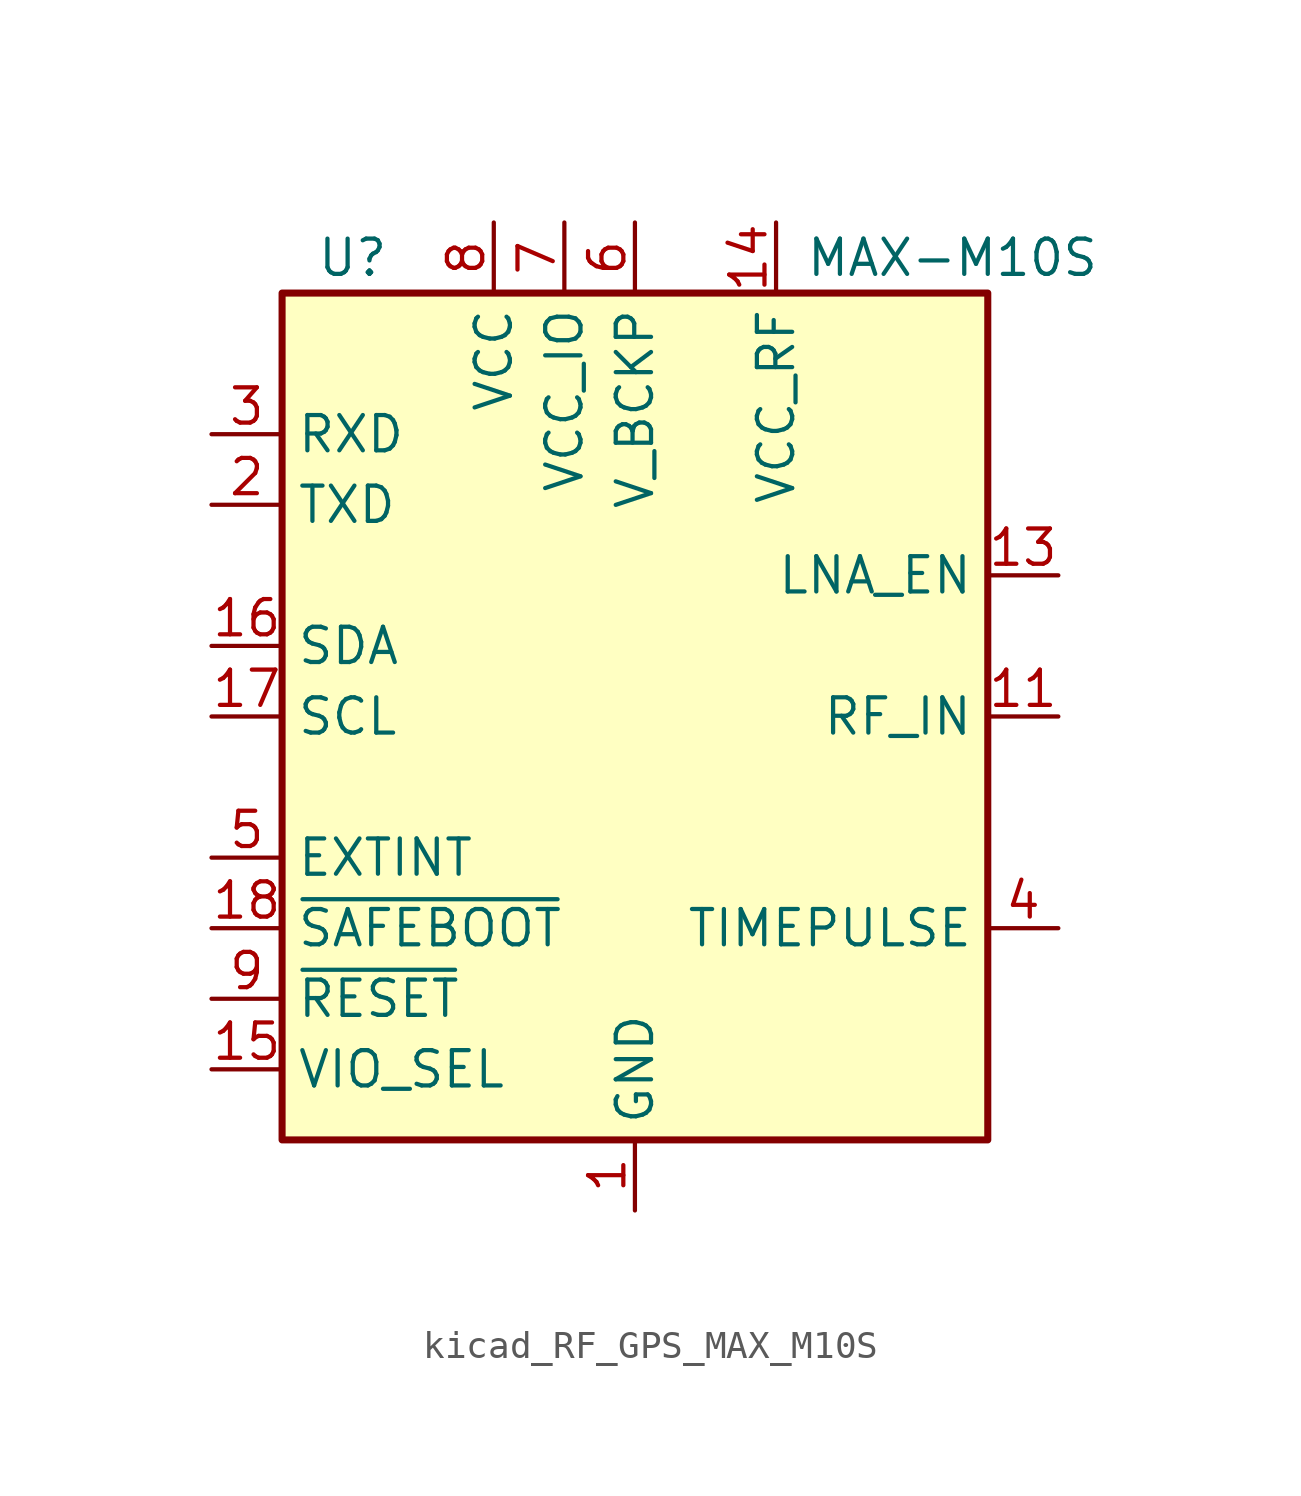
<source format=kicad_sym>
(kicad_symbol_lib
  (version 20220914)
  (generator kicad_symbol_editor)
  (symbol "kicad_RF_GPS_MAX_M10S"
    (property "Reference" "U"
      (at -10.16 16.51 0)
      (effects (font (size 1.27 1.27))))
    (property "Value" "MAX-M10S"
      (at 11.43 16.51 0)
      (effects (font (size 1.27 1.27))))
    (symbol "kicad_RF_GPS_MAX_M10S_0_1"
      (rectangle (start 12.7 15.24) (end -12.7 -15.24) (stroke (width 0.254) (type default)) (fill (type background))))
    (symbol "kicad_RF_GPS_MAX_M10S_1_1"
      (pin power_in line (at 0 -17.78 90) (length 2.54) (name "GND" (effects (font (size 1.27 1.27)))) (number "1" (effects (font (size 1.27 1.27)))))
      (pin passive line (at 0 -17.78 90) (length 2.54) hide (name "GND" (effects (font (size 1.27 1.27)))) (number "10" (effects (font (size 1.27 1.27)))))
      (pin input line (at 15.24 0 180) (length 2.54) (name "RF_IN" (effects (font (size 1.27 1.27)))) (number "11" (effects (font (size 1.27 1.27)))))
      (pin passive line (at 0 -17.78 90) (length 2.54) hide (name "GND" (effects (font (size 1.27 1.27)))) (number "12" (effects (font (size 1.27 1.27)))))
      (pin output line (at 15.24 5.08 180) (length 2.54) (name "LNA_EN" (effects (font (size 1.27 1.27)))) (number "13" (effects (font (size 1.27 1.27)))))
      (pin power_out line (at 5.08 17.78 270) (length 2.54) (name "VCC_RF" (effects (font (size 1.27 1.27)))) (number "14" (effects (font (size 1.27 1.27)))))
      (pin input line (at -15.24 -12.7 0) (length 2.54) (name "VIO_SEL" (effects (font (size 1.27 1.27)))) (number "15" (effects (font (size 1.27 1.27)))))
      (pin bidirectional line (at -15.24 2.54 0) (length 2.54) (name "SDA" (effects (font (size 1.27 1.27)))) (number "16" (effects (font (size 1.27 1.27)))))
      (pin input line (at -15.24 0 0) (length 2.54) (name "SCL" (effects (font (size 1.27 1.27)))) (number "17" (effects (font (size 1.27 1.27)))))
      (pin input line (at -15.24 -7.62 0) (length 2.54) (name "~{SAFEBOOT}" (effects (font (size 1.27 1.27)))) (number "18" (effects (font (size 1.27 1.27)))))
      (pin output line (at -15.24 7.62 0) (length 2.54) (name "TXD" (effects (font (size 1.27 1.27)))) (number "2" (effects (font (size 1.27 1.27)))))
      (pin input line (at -15.24 10.16 0) (length 2.54) (name "RXD" (effects (font (size 1.27 1.27)))) (number "3" (effects (font (size 1.27 1.27)))))
      (pin output line (at 15.24 -7.62 180) (length 2.54) (name "TIMEPULSE" (effects (font (size 1.27 1.27)))) (number "4" (effects (font (size 1.27 1.27)))))
      (pin input line (at -15.24 -5.08 0) (length 2.54) (name "EXTINT" (effects (font (size 1.27 1.27)))) (number "5" (effects (font (size 1.27 1.27)))))
      (pin power_in line (at 0 17.78 270) (length 2.54) (name "V_BCKP" (effects (font (size 1.27 1.27)))) (number "6" (effects (font (size 1.27 1.27)))))
      (pin power_in line (at -2.54 17.78 270) (length 2.54) (name "VCC_IO" (effects (font (size 1.27 1.27)))) (number "7" (effects (font (size 1.27 1.27)))))
      (pin power_in line (at -5.08 17.78 270) (length 2.54) (name "VCC" (effects (font (size 1.27 1.27)))) (number "8" (effects (font (size 1.27 1.27)))))
      (pin input line (at -15.24 -10.16 0) (length 2.54) (name "~{RESET}" (effects (font (size 1.27 1.27)))) (number "9" (effects (font (size 1.27 1.27))))))))
</source>
